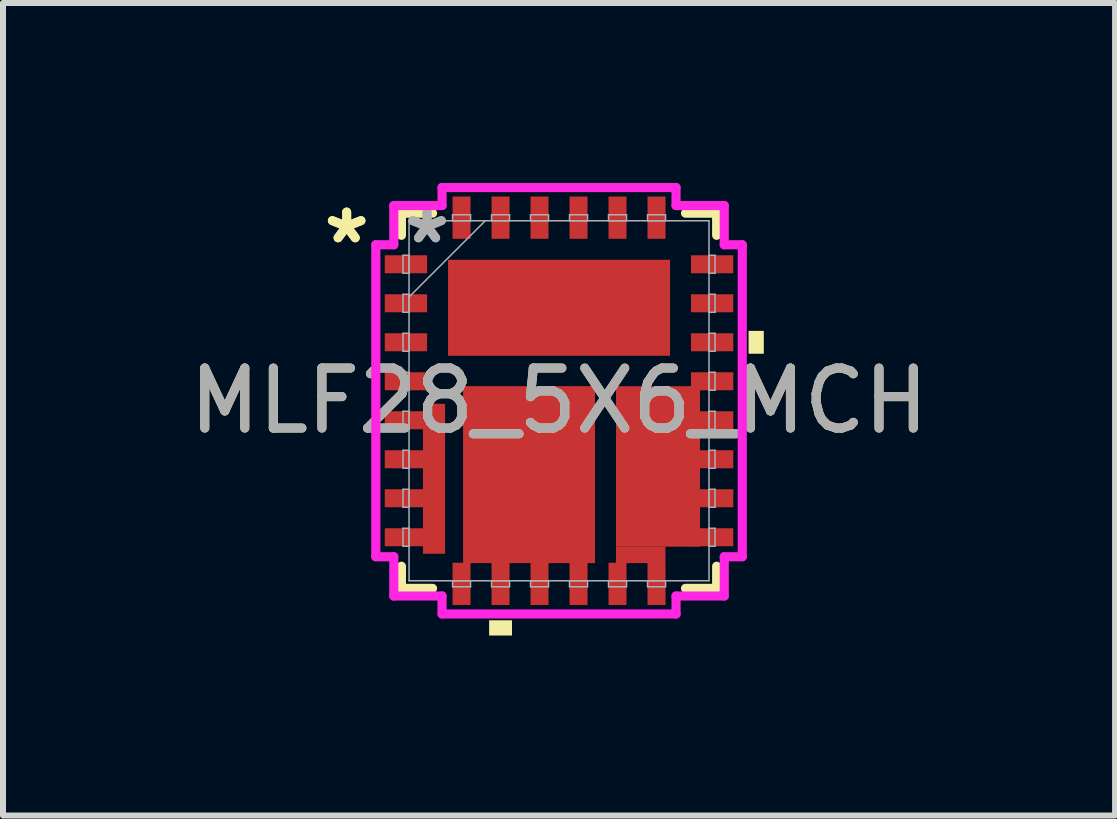
<source format=kicad_pcb>
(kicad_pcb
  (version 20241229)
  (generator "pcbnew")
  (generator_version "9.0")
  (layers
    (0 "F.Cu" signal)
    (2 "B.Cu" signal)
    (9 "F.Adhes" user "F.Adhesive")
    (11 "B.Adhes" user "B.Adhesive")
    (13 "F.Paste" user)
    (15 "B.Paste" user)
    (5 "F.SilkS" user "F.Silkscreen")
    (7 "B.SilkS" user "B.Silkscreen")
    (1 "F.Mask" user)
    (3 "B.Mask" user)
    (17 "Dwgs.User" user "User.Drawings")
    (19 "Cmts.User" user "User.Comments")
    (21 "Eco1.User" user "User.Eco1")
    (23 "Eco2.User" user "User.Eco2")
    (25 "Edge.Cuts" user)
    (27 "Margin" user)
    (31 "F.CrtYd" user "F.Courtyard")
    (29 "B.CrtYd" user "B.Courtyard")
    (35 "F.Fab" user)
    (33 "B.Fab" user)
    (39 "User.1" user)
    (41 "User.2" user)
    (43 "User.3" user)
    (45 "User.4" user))
  (footprint "MLF28_5X6_MCH"
    (layer "F.Cu")
    (at 6.268 3.63)
    (property "Reference" "MLF28_5X6_MCH" (at 0 0 0) (unlocked yes) (layer "F.SilkS") (effects (font (size 1 1) (thickness 0.15))))
    (attr smd)
    (fp_poly (pts (xy -2.268 0.05) (xy -1.899 0.05) (xy -1.899 2.55) (xy -2.268 2.55)) (stroke (width 0) (type solid)) (fill yes) (layer "F.Cu"))
    (fp_poly (pts (xy -1.6 -0.244) (xy 0.6 -0.244) (xy 0.6 2.706) (xy -1.6 2.706)) (stroke (width 0) (type solid)) (fill yes) (layer "F.Cu"))
    (fp_poly (pts (xy 0.95 2.431) (xy 1.774 2.431) (xy 1.774 2.706) (xy 0.95 2.706)) (stroke (width 0) (type solid)) (fill yes) (layer "F.Cu"))
    (fp_poly (pts (xy 0.95 -0.243) (xy 2.35 -0.243) (xy 2.35 2.432) (xy 0.95 2.432)) (stroke (width 0) (type solid)) (fill yes) (layer "F.Cu"))
    (fp_line (start -2.627 -3.127) (end -2.627 -2.758) (stroke (width 0.152) (type solid)) (layer "F.SilkS"))
    (fp_line (start -2.627 2.758) (end -2.627 3.127) (stroke (width 0.152) (type solid)) (layer "F.SilkS"))
    (fp_line (start -2.627 3.127) (end -2.108 3.127) (stroke (width 0.152) (type solid)) (layer "F.SilkS"))
    (fp_line (start -2.108 -3.127) (end -2.627 -3.127) (stroke (width 0.152) (type solid)) (layer "F.SilkS"))
    (fp_line (start 2.108 3.127) (end 2.627 3.127) (stroke (width 0.152) (type solid)) (layer "F.SilkS"))
    (fp_line (start 2.627 -3.127) (end 2.108 -3.127) (stroke (width 0.152) (type solid)) (layer "F.SilkS"))
    (fp_line (start 2.627 -2.758) (end 2.627 -3.127) (stroke (width 0.152) (type solid)) (layer "F.SilkS"))
    (fp_line (start 2.627 3.127) (end 2.627 2.758) (stroke (width 0.152) (type solid)) (layer "F.SilkS"))
    (fp_poly (pts (xy -1.165 3.659) (xy -1.165 3.913) (xy -0.784 3.913) (xy -0.784 3.659)) (stroke (width 0) (type solid)) (fill yes) (layer "F.SilkS"))
    (fp_poly (pts (xy 3.413 -1.165) (xy 3.413 -0.784) (xy 3.159 -0.784) (xy 3.159 -1.165)) (stroke (width 0) (type solid)) (fill yes) (layer "F.SilkS"))
    (fp_poly (pts (xy -2.952 -1.76) (xy -2.152 -1.76) (xy -2.152 -1.49) (xy -2.952 -1.49)) (stroke (width 0) (type solid)) (fill yes) (layer "F.Paste"))
    (fp_poly (pts (xy -2.952 -1.11) (xy -2.152 -1.11) (xy -2.152 -0.84) (xy -2.952 -0.84)) (stroke (width 0) (type solid)) (fill yes) (layer "F.Paste"))
    (fp_poly (pts (xy -2.952 -0.46) (xy -2.152 -0.46) (xy -2.152 -0.19) (xy -2.952 -0.19)) (stroke (width 0) (type solid)) (fill yes) (layer "F.Paste"))
    (fp_poly (pts (xy -2.952 0.19) (xy -2.152 0.19) (xy -2.152 0.46) (xy -2.952 0.46)) (stroke (width 0) (type solid)) (fill yes) (layer "F.Paste"))
    (fp_poly (pts (xy -2.952 0.84) (xy -2.152 0.84) (xy -2.152 1.11) (xy -2.952 1.11)) (stroke (width 0) (type solid)) (fill yes) (layer "F.Paste"))
    (fp_poly (pts (xy -2.952 1.49) (xy -2.152 1.49) (xy -2.152 1.76) (xy -2.952 1.76)) (stroke (width 0) (type solid)) (fill yes) (layer "F.Paste"))
    (fp_poly (pts (xy -2.952 2.14) (xy -2.152 2.14) (xy -2.152 2.41) (xy -2.952 2.41)) (stroke (width 0) (type solid)) (fill yes) (layer "F.Paste"))
    (fp_poly (pts (xy -1.837 -3.527) (xy -1.412 -3.527) (xy -1.412 -2.577) (xy -1.837 -2.577)) (stroke (width 0) (type solid)) (fill yes) (layer "F.Paste"))
    (fp_poly (pts (xy -1.187 -3.527) (xy -0.762 -3.527) (xy -0.762 -2.577) (xy -1.187 -2.577)) (stroke (width 0) (type solid)) (fill yes) (layer "F.Paste"))
    (fp_poly (pts (xy -1.11 -3.452) (xy -0.84 -3.452) (xy -0.84 -2.652) (xy -1.11 -2.652)) (stroke (width 0) (type solid)) (fill yes) (layer "F.Paste"))
    (fp_poly (pts (xy -0.537 -3.527) (xy -0.112 -3.527) (xy -0.112 -2.577) (xy -0.537 -2.577)) (stroke (width 0) (type solid)) (fill yes) (layer "F.Paste"))
    (fp_poly (pts (xy -0.46 -3.452) (xy -0.19 -3.452) (xy -0.19 -2.652) (xy -0.46 -2.652)) (stroke (width 0) (type solid)) (fill yes) (layer "F.Paste"))
    (fp_poly (pts (xy 0.113 -3.527) (xy 0.537 -3.527) (xy 0.537 -2.577) (xy 0.113 -2.577)) (stroke (width 0) (type solid)) (fill yes) (layer "F.Paste"))
    (fp_poly (pts (xy 0.762 -3.527) (xy 1.188 -3.527) (xy 1.188 -2.577) (xy 0.762 -2.577)) (stroke (width 0) (type solid)) (fill yes) (layer "F.Paste"))
    (fp_poly (pts (xy 0.762 2.577) (xy 1.188 2.577) (xy 1.188 3.527) (xy 0.762 3.527)) (stroke (width 0) (type solid)) (fill yes) (layer "F.Paste"))
    (fp_poly (pts (xy 1.413 -3.527) (xy 1.837 -3.527) (xy 1.837 -2.577) (xy 1.413 -2.577)) (stroke (width 0) (type solid)) (fill yes) (layer "F.Paste"))
    (fp_poly (pts (xy 1.413 2.577) (xy 1.837 2.577) (xy 1.837 3.527) (xy 1.413 3.527)) (stroke (width 0) (type solid)) (fill yes) (layer "F.Paste"))
    (fp_poly (pts (xy 2.062 2.577) (xy 2.488 2.577) (xy 2.488 3.527) (xy 2.062 3.527)) (stroke (width 0) (type solid)) (fill yes) (layer "F.Paste"))
    (fp_poly (pts (xy 2.077 -2.488) (xy 3.027 -2.488) (xy 3.027 -2.062) (xy 2.077 -2.062)) (stroke (width 0) (type solid)) (fill yes) (layer "F.Paste"))
    (fp_poly (pts (xy 2.077 -1.837) (xy 3.027 -1.837) (xy 3.027 -1.413) (xy 2.077 -1.413)) (stroke (width 0) (type solid)) (fill yes) (layer "F.Paste"))
    (fp_poly (pts (xy 2.077 -1.188) (xy 3.027 -1.188) (xy 3.027 -0.762) (xy 2.077 -0.762)) (stroke (width 0) (type solid)) (fill yes) (layer "F.Paste"))
    (fp_poly (pts (xy 2.077 -0.537) (xy 3.027 -0.537) (xy 3.027 -0.112) (xy 2.077 -0.112)) (stroke (width 0) (type solid)) (fill yes) (layer "F.Paste"))
    (fp_poly (pts (xy 2.077 0.113) (xy 3.027 0.113) (xy 3.027 0.537) (xy 2.077 0.537)) (stroke (width 0) (type solid)) (fill yes) (layer "F.Paste"))
    (fp_poly (pts (xy 2.077 0.762) (xy 3.027 0.762) (xy 3.027 1.188) (xy 2.077 1.188)) (stroke (width 0) (type solid)) (fill yes) (layer "F.Paste"))
    (fp_poly (pts (xy 2.077 1.413) (xy 3.027 1.413) (xy 3.027 1.837) (xy 2.077 1.837)) (stroke (width 0) (type solid)) (fill yes) (layer "F.Paste"))
    (fp_poly (pts (xy 2.077 2.062) (xy 3.027 2.062) (xy 3.027 2.488) (xy 2.077 2.488)) (stroke (width 0) (type solid)) (fill yes) (layer "F.Paste"))
    (fp_poly (pts (xy 2.712 2.577) (xy 3.137 2.577) (xy 3.137 3.527) (xy 2.712 3.527)) (stroke (width 0) (type solid)) (fill yes) (layer "F.Paste"))
    (fp_line (start -3.054 -2.6) (end -2.754 -2.6) (stroke (width 0.152) (type solid)) (layer "F.CrtYd"))
    (fp_line (start -3.054 2.6) (end -3.054 -2.6) (stroke (width 0.152) (type solid)) (layer "F.CrtYd"))
    (fp_line (start -2.754 -3.254) (end -1.95 -3.254) (stroke (width 0.152) (type solid)) (layer "F.CrtYd"))
    (fp_line (start -2.754 -2.6) (end -2.754 -3.254) (stroke (width 0.152) (type solid)) (layer "F.CrtYd"))
    (fp_line (start -2.754 2.6) (end -3.054 2.6) (stroke (width 0.152) (type solid)) (layer "F.CrtYd"))
    (fp_line (start -2.754 3.254) (end -2.754 2.6) (stroke (width 0.152) (type solid)) (layer "F.CrtYd"))
    (fp_line (start -1.95 -3.554) (end 1.95 -3.554) (stroke (width 0.152) (type solid)) (layer "F.CrtYd"))
    (fp_line (start -1.95 -3.254) (end -1.95 -3.554) (stroke (width 0.152) (type solid)) (layer "F.CrtYd"))
    (fp_line (start -1.95 3.254) (end -2.754 3.254) (stroke (width 0.152) (type solid)) (layer "F.CrtYd"))
    (fp_line (start -1.95 3.554) (end -1.95 3.254) (stroke (width 0.152) (type solid)) (layer "F.CrtYd"))
    (fp_line (start 1.95 -3.554) (end 1.95 -3.254) (stroke (width 0.152) (type solid)) (layer "F.CrtYd"))
    (fp_line (start 1.95 -3.254) (end 2.754 -3.254) (stroke (width 0.152) (type solid)) (layer "F.CrtYd"))
    (fp_line (start 1.95 3.254) (end 1.95 3.554) (stroke (width 0.152) (type solid)) (layer "F.CrtYd"))
    (fp_line (start 1.95 3.554) (end -1.95 3.554) (stroke (width 0.152) (type solid)) (layer "F.CrtYd"))
    (fp_line (start 2.754 -3.254) (end 2.754 -2.6) (stroke (width 0.152) (type solid)) (layer "F.CrtYd"))
    (fp_line (start 2.754 -2.6) (end 3.054 -2.6) (stroke (width 0.152) (type solid)) (layer "F.CrtYd"))
    (fp_line (start 2.754 2.6) (end 2.754 3.254) (stroke (width 0.152) (type solid)) (layer "F.CrtYd"))
    (fp_line (start 2.754 3.254) (end 1.95 3.254) (stroke (width 0.152) (type solid)) (layer "F.CrtYd"))
    (fp_line (start 3.054 -2.6) (end 3.054 2.6) (stroke (width 0.152) (type solid)) (layer "F.CrtYd"))
    (fp_line (start 3.054 2.6) (end 2.754 2.6) (stroke (width 0.152) (type solid)) (layer "F.CrtYd"))
    (fp_line (start -2.6 -2.425) (end -2.6 -2.125) (stroke (width 0.025) (type solid)) (layer "F.Fab"))
    (fp_line (start -2.6 -2.125) (end -2.5 -2.125) (stroke (width 0.025) (type solid)) (layer "F.Fab"))
    (fp_line (start -2.6 -1.775) (end -2.6 -1.475) (stroke (width 0.025) (type solid)) (layer "F.Fab"))
    (fp_line (start -2.6 -1.475) (end -2.5 -1.475) (stroke (width 0.025) (type solid)) (layer "F.Fab"))
    (fp_line (start -2.6 -1.125) (end -2.6 -0.825) (stroke (width 0.025) (type solid)) (layer "F.Fab"))
    (fp_line (start -2.6 -0.825) (end -2.5 -0.825) (stroke (width 0.025) (type solid)) (layer "F.Fab"))
    (fp_line (start -2.6 -0.475) (end -2.6 -0.175) (stroke (width 0.025) (type solid)) (layer "F.Fab"))
    (fp_line (start -2.6 -0.175) (end -2.5 -0.175) (stroke (width 0.025) (type solid)) (layer "F.Fab"))
    (fp_line (start -2.6 0.175) (end -2.6 0.475) (stroke (width 0.025) (type solid)) (layer "F.Fab"))
    (fp_line (start -2.6 0.475) (end -2.5 0.475) (stroke (width 0.025) (type solid)) (layer "F.Fab"))
    (fp_line (start -2.6 0.825) (end -2.6 1.125) (stroke (width 0.025) (type solid)) (layer "F.Fab"))
    (fp_line (start -2.6 1.125) (end -2.5 1.125) (stroke (width 0.025) (type solid)) (layer "F.Fab"))
    (fp_line (start -2.6 1.475) (end -2.6 1.775) (stroke (width 0.025) (type solid)) (layer "F.Fab"))
    (fp_line (start -2.6 1.775) (end -2.5 1.775) (stroke (width 0.025) (type solid)) (layer "F.Fab"))
    (fp_line (start -2.6 2.125) (end -2.6 2.425) (stroke (width 0.025) (type solid)) (layer "F.Fab"))
    (fp_line (start -2.6 2.425) (end -2.5 2.425) (stroke (width 0.025) (type solid)) (layer "F.Fab"))
    (fp_line (start -2.5 -3) (end -2.5 3) (stroke (width 0.025) (type solid)) (layer "F.Fab"))
    (fp_line (start -2.5 -2.425) (end -2.6 -2.425) (stroke (width 0.025) (type solid)) (layer "F.Fab"))
    (fp_line (start -2.5 -2.125) (end -2.5 -2.425) (stroke (width 0.025) (type solid)) (layer "F.Fab"))
    (fp_line (start -2.5 -1.775) (end -2.6 -1.775) (stroke (width 0.025) (type solid)) (layer "F.Fab"))
    (fp_line (start -2.5 -1.73) (end -1.23 -3) (stroke (width 0.025) (type solid)) (layer "F.Fab"))
    (fp_line (start -2.5 -1.475) (end -2.5 -1.775) (stroke (width 0.025) (type solid)) (layer "F.Fab"))
    (fp_line (start -2.5 -1.125) (end -2.6 -1.125) (stroke (width 0.025) (type solid)) (layer "F.Fab"))
    (fp_line (start -2.5 -0.825) (end -2.5 -1.125) (stroke (width 0.025) (type solid)) (layer "F.Fab"))
    (fp_line (start -2.5 -0.475) (end -2.6 -0.475) (stroke (width 0.025) (type solid)) (layer "F.Fab"))
    (fp_line (start -2.5 -0.175) (end -2.5 -0.475) (stroke (width 0.025) (type solid)) (layer "F.Fab"))
    (fp_line (start -2.5 0.175) (end -2.6 0.175) (stroke (width 0.025) (type solid)) (layer "F.Fab"))
    (fp_line (start -2.5 0.475) (end -2.5 0.175) (stroke (width 0.025) (type solid)) (layer "F.Fab"))
    (fp_line (start -2.5 0.825) (end -2.6 0.825) (stroke (width 0.025) (type solid)) (layer "F.Fab"))
    (fp_line (start -2.5 1.125) (end -2.5 0.825) (stroke (width 0.025) (type solid)) (layer "F.Fab"))
    (fp_line (start -2.5 1.475) (end -2.6 1.475) (stroke (width 0.025) (type solid)) (layer "F.Fab"))
    (fp_line (start -2.5 1.775) (end -2.5 1.475) (stroke (width 0.025) (type solid)) (layer "F.Fab"))
    (fp_line (start -2.5 2.125) (end -2.6 2.125) (stroke (width 0.025) (type solid)) (layer "F.Fab"))
    (fp_line (start -2.5 2.425) (end -2.5 2.125) (stroke (width 0.025) (type solid)) (layer "F.Fab"))
    (fp_line (start -2.5 3) (end 2.5 3) (stroke (width 0.025) (type solid)) (layer "F.Fab"))
    (fp_line (start -1.775 -3.1) (end -1.775 -3) (stroke (width 0.025) (type solid)) (layer "F.Fab"))
    (fp_line (start -1.775 -3) (end -1.475 -3) (stroke (width 0.025) (type solid)) (layer "F.Fab"))
    (fp_line (start -1.775 3) (end -1.775 3.1) (stroke (width 0.025) (type solid)) (layer "F.Fab"))
    (fp_line (start -1.775 3.1) (end -1.475 3.1) (stroke (width 0.025) (type solid)) (layer "F.Fab"))
    (fp_line (start -1.475 -3.1) (end -1.775 -3.1) (stroke (width 0.025) (type solid)) (layer "F.Fab"))
    (fp_line (start -1.475 -3) (end -1.475 -3.1) (stroke (width 0.025) (type solid)) (layer "F.Fab"))
    (fp_line (start -1.475 3) (end -1.775 3) (stroke (width 0.025) (type solid)) (layer "F.Fab"))
    (fp_line (start -1.475 3.1) (end -1.475 3) (stroke (width 0.025) (type solid)) (layer "F.Fab"))
    (fp_line (start -1.125 -3.1) (end -1.125 -3) (stroke (width 0.025) (type solid)) (layer "F.Fab"))
    (fp_line (start -1.125 -3) (end -0.825 -3) (stroke (width 0.025) (type solid)) (layer "F.Fab"))
    (fp_line (start -1.125 3) (end -1.125 3.1) (stroke (width 0.025) (type solid)) (layer "F.Fab"))
    (fp_line (start -1.125 3.1) (end -0.825 3.1) (stroke (width 0.025) (type solid)) (layer "F.Fab"))
    (fp_line (start -0.825 -3.1) (end -1.125 -3.1) (stroke (width 0.025) (type solid)) (layer "F.Fab"))
    (fp_line (start -0.825 -3) (end -0.825 -3.1) (stroke (width 0.025) (type solid)) (layer "F.Fab"))
    (fp_line (start -0.825 3) (end -1.125 3) (stroke (width 0.025) (type solid)) (layer "F.Fab"))
    (fp_line (start -0.825 3.1) (end -0.825 3) (stroke (width 0.025) (type solid)) (layer "F.Fab"))
    (fp_line (start -0.475 -3.1) (end -0.475 -3) (stroke (width 0.025) (type solid)) (layer "F.Fab"))
    (fp_line (start -0.475 -3) (end -0.175 -3) (stroke (width 0.025) (type solid)) (layer "F.Fab"))
    (fp_line (start -0.475 3) (end -0.475 3.1) (stroke (width 0.025) (type solid)) (layer "F.Fab"))
    (fp_line (start -0.475 3.1) (end -0.175 3.1) (stroke (width 0.025) (type solid)) (layer "F.Fab"))
    (fp_line (start -0.175 -3.1) (end -0.475 -3.1) (stroke (width 0.025) (type solid)) (layer "F.Fab"))
    (fp_line (start -0.175 -3) (end -0.175 -3.1) (stroke (width 0.025) (type solid)) (layer "F.Fab"))
    (fp_line (start -0.175 3) (end -0.475 3) (stroke (width 0.025) (type solid)) (layer "F.Fab"))
    (fp_line (start -0.175 3.1) (end -0.175 3) (stroke (width 0.025) (type solid)) (layer "F.Fab"))
    (fp_line (start 0.175 -3.1) (end 0.175 -3) (stroke (width 0.025) (type solid)) (layer "F.Fab"))
    (fp_line (start 0.175 -3) (end 0.475 -3) (stroke (width 0.025) (type solid)) (layer "F.Fab"))
    (fp_line (start 0.175 3) (end 0.175 3.1) (stroke (width 0.025) (type solid)) (layer "F.Fab"))
    (fp_line (start 0.175 3.1) (end 0.475 3.1) (stroke (width 0.025) (type solid)) (layer "F.Fab"))
    (fp_line (start 0.475 -3.1) (end 0.175 -3.1) (stroke (width 0.025) (type solid)) (layer "F.Fab"))
    (fp_line (start 0.475 -3) (end 0.475 -3.1) (stroke (width 0.025) (type solid)) (layer "F.Fab"))
    (fp_line (start 0.475 3) (end 0.175 3) (stroke (width 0.025) (type solid)) (layer "F.Fab"))
    (fp_line (start 0.475 3.1) (end 0.475 3) (stroke (width 0.025) (type solid)) (layer "F.Fab"))
    (fp_line (start 0.825 -3.1) (end 0.825 -3) (stroke (width 0.025) (type solid)) (layer "F.Fab"))
    (fp_line (start 0.825 -3) (end 1.125 -3) (stroke (width 0.025) (type solid)) (layer "F.Fab"))
    (fp_line (start 0.825 3) (end 0.825 3.1) (stroke (width 0.025) (type solid)) (layer "F.Fab"))
    (fp_line (start 0.825 3.1) (end 1.125 3.1) (stroke (width 0.025) (type solid)) (layer "F.Fab"))
    (fp_line (start 1.125 -3.1) (end 0.825 -3.1) (stroke (width 0.025) (type solid)) (layer "F.Fab"))
    (fp_line (start 1.125 -3) (end 1.125 -3.1) (stroke (width 0.025) (type solid)) (layer "F.Fab"))
    (fp_line (start 1.125 3) (end 0.825 3) (stroke (width 0.025) (type solid)) (layer "F.Fab"))
    (fp_line (start 1.125 3.1) (end 1.125 3) (stroke (width 0.025) (type solid)) (layer "F.Fab"))
    (fp_line (start 1.475 -3.1) (end 1.475 -3) (stroke (width 0.025) (type solid)) (layer "F.Fab"))
    (fp_line (start 1.475 -3) (end 1.775 -3) (stroke (width 0.025) (type solid)) (layer "F.Fab"))
    (fp_line (start 1.475 3) (end 1.475 3.1) (stroke (width 0.025) (type solid)) (layer "F.Fab"))
    (fp_line (start 1.475 3.1) (end 1.775 3.1) (stroke (width 0.025) (type solid)) (layer "F.Fab"))
    (fp_line (start 1.775 -3.1) (end 1.475 -3.1) (stroke (width 0.025) (type solid)) (layer "F.Fab"))
    (fp_line (start 1.775 -3) (end 1.775 -3.1) (stroke (width 0.025) (type solid)) (layer "F.Fab"))
    (fp_line (start 1.775 3) (end 1.475 3) (stroke (width 0.025) (type solid)) (layer "F.Fab"))
    (fp_line (start 1.775 3.1) (end 1.775 3) (stroke (width 0.025) (type solid)) (layer "F.Fab"))
    (fp_line (start 2.5 -3) (end -2.5 -3) (stroke (width 0.025) (type solid)) (layer "F.Fab"))
    (fp_line (start 2.5 -2.425) (end 2.5 -2.125) (stroke (width 0.025) (type solid)) (layer "F.Fab"))
    (fp_line (start 2.5 -2.125) (end 2.6 -2.125) (stroke (width 0.025) (type solid)) (layer "F.Fab"))
    (fp_line (start 2.5 -1.775) (end 2.5 -1.475) (stroke (width 0.025) (type solid)) (layer "F.Fab"))
    (fp_line (start 2.5 -1.475) (end 2.6 -1.475) (stroke (width 0.025) (type solid)) (layer "F.Fab"))
    (fp_line (start 2.5 -1.125) (end 2.5 -0.825) (stroke (width 0.025) (type solid)) (layer "F.Fab"))
    (fp_line (start 2.5 -0.825) (end 2.6 -0.825) (stroke (width 0.025) (type solid)) (layer "F.Fab"))
    (fp_line (start 2.5 -0.475) (end 2.5 -0.175) (stroke (width 0.025) (type solid)) (layer "F.Fab"))
    (fp_line (start 2.5 -0.175) (end 2.6 -0.175) (stroke (width 0.025) (type solid)) (layer "F.Fab"))
    (fp_line (start 2.5 0.175) (end 2.5 0.475) (stroke (width 0.025) (type solid)) (layer "F.Fab"))
    (fp_line (start 2.5 0.475) (end 2.6 0.475) (stroke (width 0.025) (type solid)) (layer "F.Fab"))
    (fp_line (start 2.5 0.825) (end 2.5 1.125) (stroke (width 0.025) (type solid)) (layer "F.Fab"))
    (fp_line (start 2.5 1.125) (end 2.6 1.125) (stroke (width 0.025) (type solid)) (layer "F.Fab"))
    (fp_line (start 2.5 1.475) (end 2.5 1.775) (stroke (width 0.025) (type solid)) (layer "F.Fab"))
    (fp_line (start 2.5 1.775) (end 2.6 1.775) (stroke (width 0.025) (type solid)) (layer "F.Fab"))
    (fp_line (start 2.5 2.125) (end 2.5 2.425) (stroke (width 0.025) (type solid)) (layer "F.Fab"))
    (fp_line (start 2.5 2.425) (end 2.6 2.425) (stroke (width 0.025) (type solid)) (layer "F.Fab"))
    (fp_line (start 2.5 3) (end 2.5 -3) (stroke (width 0.025) (type solid)) (layer "F.Fab"))
    (fp_line (start 2.6 -2.425) (end 2.5 -2.425) (stroke (width 0.025) (type solid)) (layer "F.Fab"))
    (fp_line (start 2.6 -2.125) (end 2.6 -2.425) (stroke (width 0.025) (type solid)) (layer "F.Fab"))
    (fp_line (start 2.6 -1.775) (end 2.5 -1.775) (stroke (width 0.025) (type solid)) (layer "F.Fab"))
    (fp_line (start 2.6 -1.475) (end 2.6 -1.775) (stroke (width 0.025) (type solid)) (layer "F.Fab"))
    (fp_line (start 2.6 -1.125) (end 2.5 -1.125) (stroke (width 0.025) (type solid)) (layer "F.Fab"))
    (fp_line (start 2.6 -0.825) (end 2.6 -1.125) (stroke (width 0.025) (type solid)) (layer "F.Fab"))
    (fp_line (start 2.6 -0.475) (end 2.5 -0.475) (stroke (width 0.025) (type solid)) (layer "F.Fab"))
    (fp_line (start 2.6 -0.175) (end 2.6 -0.475) (stroke (width 0.025) (type solid)) (layer "F.Fab"))
    (fp_line (start 2.6 0.175) (end 2.5 0.175) (stroke (width 0.025) (type solid)) (layer "F.Fab"))
    (fp_line (start 2.6 0.475) (end 2.6 0.175) (stroke (width 0.025) (type solid)) (layer "F.Fab"))
    (fp_line (start 2.6 0.825) (end 2.5 0.825) (stroke (width 0.025) (type solid)) (layer "F.Fab"))
    (fp_line (start 2.6 1.125) (end 2.6 0.825) (stroke (width 0.025) (type solid)) (layer "F.Fab"))
    (fp_line (start 2.6 1.475) (end 2.5 1.475) (stroke (width 0.025) (type solid)) (layer "F.Fab"))
    (fp_line (start 2.6 1.775) (end 2.6 1.475) (stroke (width 0.025) (type solid)) (layer "F.Fab"))
    (fp_line (start 2.6 2.125) (end 2.5 2.125) (stroke (width 0.025) (type solid)) (layer "F.Fab"))
    (fp_line (start 2.6 2.425) (end 2.6 2.125) (stroke (width 0.025) (type solid)) (layer "F.Fab"))
    (fp_text user "*" (at -3.54 -2.6 0) (unlocked yes) (layer "F.SilkS") (effects (font (size 1 1) (thickness 0.15))))
    (fp_text user "*" (at -3.54 -2.6 0) (layer "F.SilkS") (effects (font (size 1 1) (thickness 0.15))))
    (fp_text user "*" (at -2.2 -2.6 0) (unlocked yes) (layer "F.Fab") (effects (font (size 1 1) (thickness 0.15))))
    (fp_text user "${REFERENCE}" (at 0 0 0) (unlocked yes) (layer "F.Fab") (effects (font (size 1 1) (thickness 0.15))))
    (fp_text user "*" (at -2.2 -2.6 0) (layer "F.Fab") (effects (font (size 1 1) (thickness 0.15))))
    (pad "1" smd rect (at -2.552 -2.275 90) (size 0.3 0.705) (layers "F.Cu" "F.Mask" "F.Paste"))
    (pad "2" smd rect (at -2.552 -1.625 90) (size 0.3 0.705) (layers "F.Cu" "F.Mask" "F.Paste"))
    (pad "3" smd rect (at -2.552 -0.975 90) (size 0.3 0.705) (layers "F.Cu" "F.Mask" "F.Paste"))
    (pad "4" smd rect (at -2.552 -0.325 90) (size 0.3 0.705) (layers "F.Cu" "F.Mask" "F.Paste"))
    (pad "5" smd rect (at -2.552 0.325 90) (size 0.3 0.705) (layers "F.Cu" "F.Mask" "F.Paste"))
    (pad "6" smd rect (at -2.552 0.975 90) (size 0.3 0.705) (layers "F.Cu" "F.Mask" "F.Paste"))
    (pad "7" smd rect (at -2.552 1.625 90) (size 0.3 0.705) (layers "F.Cu" "F.Mask" "F.Paste"))
    (pad "8" smd rect (at -2.552 2.275 90) (size 0.3 0.705) (layers "F.Cu" "F.Mask" "F.Paste"))
    (pad "9" smd rect (at -1.625 3.052) (size 0.3 0.705) (layers "F.Cu" "F.Mask" "F.Paste"))
    (pad "10" smd rect (at -0.975 3.052) (size 0.3 0.705) (layers "F.Cu" "F.Mask" "F.Paste"))
    (pad "11" smd rect (at -0.325 3.052) (size 0.3 0.705) (layers "F.Cu" "F.Mask" "F.Paste"))
    (pad "12" smd rect (at 0.325 3.052) (size 0.3 0.705) (layers "F.Cu" "F.Mask" "F.Paste"))
    (pad "13" smd rect (at 0.975 3.052) (size 0.3 0.705) (layers "F.Cu" "F.Mask" "F.Paste"))
    (pad "14" smd rect (at 1.625 3.052) (size 0.3 0.705) (layers "F.Cu" "F.Mask" "F.Paste"))
    (pad "15" smd rect (at 2.552 2.275 90) (size 0.3 0.705) (layers "F.Cu" "F.Mask" "F.Paste"))
    (pad "16" smd rect (at 2.552 1.625 90) (size 0.3 0.705) (layers "F.Cu" "F.Mask" "F.Paste"))
    (pad "17" smd rect (at 2.552 0.975 90) (size 0.3 0.705) (layers "F.Cu" "F.Mask" "F.Paste"))
    (pad "18" smd rect (at 2.552 0.325 90) (size 0.3 0.705) (layers "F.Cu" "F.Mask" "F.Paste"))
    (pad "19" smd rect (at 2.552 -0.325 90) (size 0.3 0.705) (layers "F.Cu" "F.Mask" "F.Paste"))
    (pad "20" smd rect (at 2.552 -0.975 90) (size 0.3 0.705) (layers "F.Cu" "F.Mask" "F.Paste"))
    (pad "21" smd rect (at 2.552 -1.625 90) (size 0.3 0.705) (layers "F.Cu" "F.Mask" "F.Paste"))
    (pad "22" smd rect (at 2.552 -2.275 90) (size 0.3 0.705) (layers "F.Cu" "F.Mask" "F.Paste"))
    (pad "23" smd rect (at 1.625 -3.052) (size 0.3 0.705) (layers "F.Cu" "F.Mask" "F.Paste"))
    (pad "24" smd rect (at 0.975 -3.052) (size 0.3 0.705) (layers "F.Cu" "F.Mask" "F.Paste"))
    (pad "25" smd rect (at 0.325 -3.052) (size 0.3 0.705) (layers "F.Cu" "F.Mask" "F.Paste"))
    (pad "26" smd rect (at -0.325 -3.052) (size 0.3 0.705) (layers "F.Cu" "F.Mask" "F.Paste"))
    (pad "27" smd rect (at -0.975 -3.052) (size 0.3 0.705) (layers "F.Cu" "F.Mask" "F.Paste"))
    (pad "28" smd rect (at -1.625 -3.052) (size 0.3 0.705) (layers "F.Cu" "F.Mask" "F.Paste"))
    (pad "29" smd rect (at 0 -1.55) (size 3.7 1.6) (layers "F.Cu" "F.Mask" "F.Paste")))
  (gr_rect
    (start -3 -3)
    (end 15.536 10.543)
    (stroke (width 0.1) (type default))
    (fill no)
    (layer "Edge.Cuts")))
</source>
